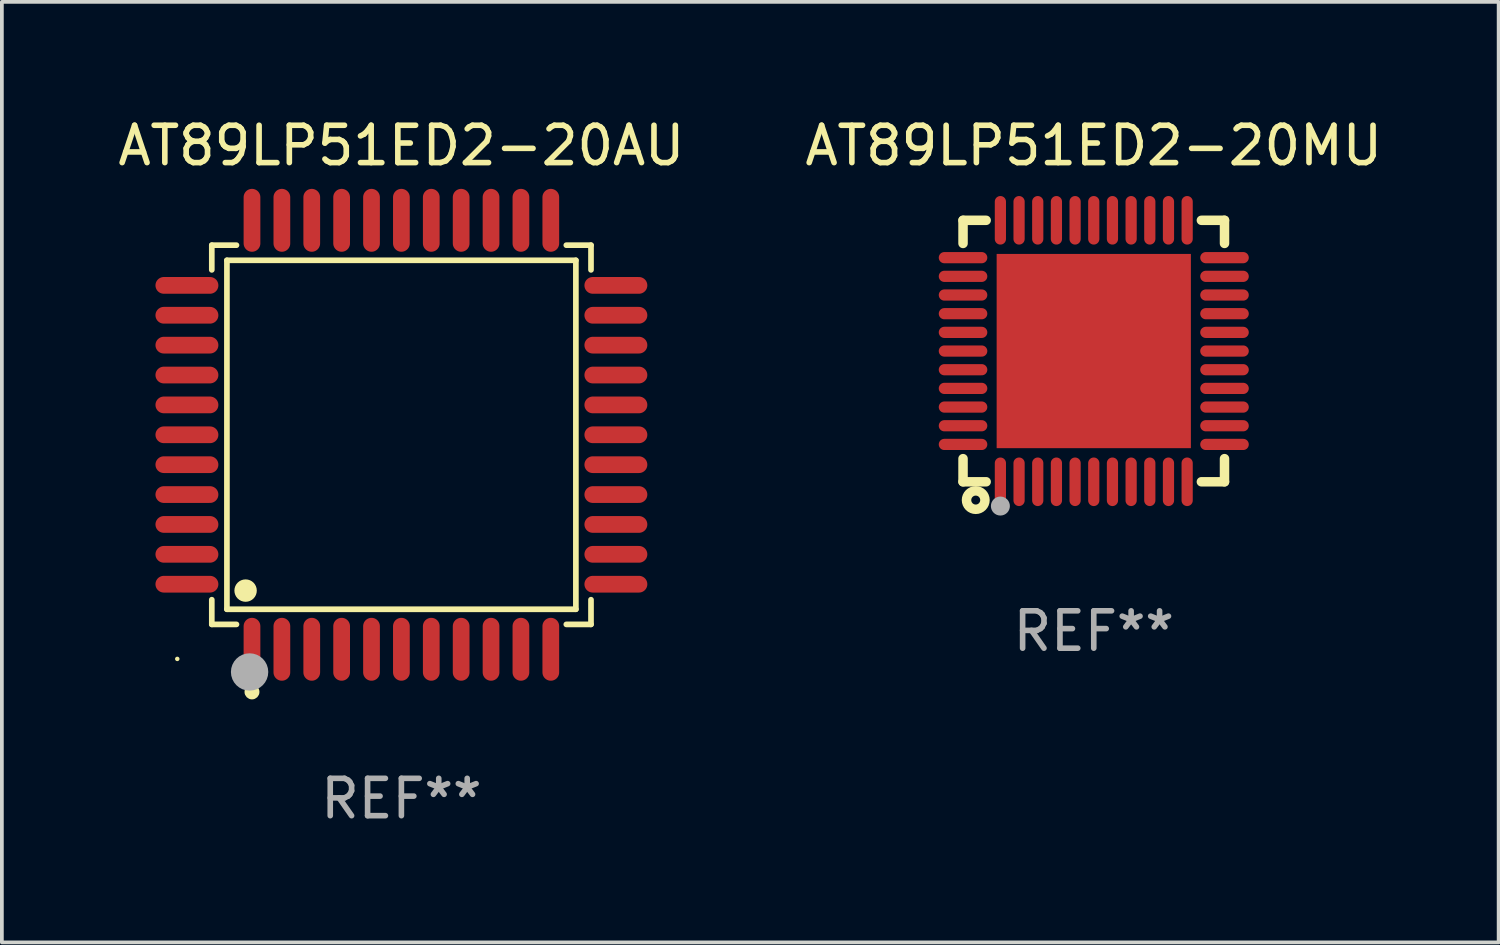
<source format=kicad_pcb>
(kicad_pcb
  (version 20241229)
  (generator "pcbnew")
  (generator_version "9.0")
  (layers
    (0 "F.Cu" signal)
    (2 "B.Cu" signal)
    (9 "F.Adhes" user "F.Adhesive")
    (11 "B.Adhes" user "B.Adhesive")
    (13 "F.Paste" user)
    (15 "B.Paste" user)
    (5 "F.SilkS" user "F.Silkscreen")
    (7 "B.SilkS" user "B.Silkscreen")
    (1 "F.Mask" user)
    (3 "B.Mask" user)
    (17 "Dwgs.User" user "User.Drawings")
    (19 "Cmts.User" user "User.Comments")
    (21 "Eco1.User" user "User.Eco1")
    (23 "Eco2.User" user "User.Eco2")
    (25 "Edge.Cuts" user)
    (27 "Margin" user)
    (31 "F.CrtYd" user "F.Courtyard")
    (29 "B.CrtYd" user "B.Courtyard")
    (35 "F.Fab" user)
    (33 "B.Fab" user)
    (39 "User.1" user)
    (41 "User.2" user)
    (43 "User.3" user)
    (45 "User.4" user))
  (footprint "AT89LP51ED2-20AU"
    (layer "F.Cu")
    (at 7.696 8.59)
    (property "Reference" "AT89LP51ED2-20AU" (at 0 -7.742 0) (layer "F.SilkS") (effects (font (size 1 1) (thickness 0.15))))
    (attr through_hole)
    (fp_line (start -5.076 -5.076) (end -4.415 -5.076) (stroke (width 0.152) (type solid)) (layer "F.SilkS"))
    (fp_line (start -5.076 -4.415) (end -5.076 -5.076) (stroke (width 0.152) (type solid)) (layer "F.SilkS"))
    (fp_line (start -5.076 4.415) (end -5.076 5.076) (stroke (width 0.152) (type solid)) (layer "F.SilkS"))
    (fp_line (start -5.076 5.076) (end -4.415 5.076) (stroke (width 0.152) (type solid)) (layer "F.SilkS"))
    (fp_line (start -4.671 -4.671) (end 4.671 -4.671) (stroke (width 0.152) (type solid)) (layer "F.SilkS"))
    (fp_line (start -4.671 4.671) (end -4.671 -4.671) (stroke (width 0.152) (type solid)) (layer "F.SilkS"))
    (fp_line (start 4.671 -4.671) (end 4.671 4.671) (stroke (width 0.152) (type solid)) (layer "F.SilkS"))
    (fp_line (start 4.671 4.671) (end -4.671 4.671) (stroke (width 0.152) (type solid)) (layer "F.SilkS"))
    (fp_line (start 5.076 -5.076) (end 4.415 -5.076) (stroke (width 0.152) (type solid)) (layer "F.SilkS"))
    (fp_line (start 5.076 -4.415) (end 5.076 -5.076) (stroke (width 0.152) (type solid)) (layer "F.SilkS"))
    (fp_line (start 5.076 4.415) (end 5.076 5.076) (stroke (width 0.152) (type solid)) (layer "F.SilkS"))
    (fp_line (start 5.076 5.076) (end 4.415 5.076) (stroke (width 0.152) (type solid)) (layer "F.SilkS"))
    (fp_circle (center -6 6) (end -5.97 6) (stroke (width 0.06) (type solid)) (fill no) (layer "F.SilkS"))
    (fp_circle (center -4.171 4.171) (end -4.021 4.171) (stroke (width 0.3) (type solid)) (fill no) (layer "F.SilkS"))
    (fp_circle (center -4 6.884) (end -3.9 6.884) (stroke (width 0.2) (type solid)) (fill no) (layer "F.SilkS"))
    (fp_circle (center -4.064 6.35) (end -3.814 6.35) (stroke (width 0.5) (type solid)) (fill no) (layer "F.Fab"))
    (fp_text user "REF**" (at 0 9.742 0) (layer "F.Fab") (effects (font (size 1 1) (thickness 0.15))))
    (pad "1" smd oval (at -4 5.742) (size 0.448 1.684) (layers "F.Cu" "F.Mask" "F.Paste"))
    (pad "2" smd oval (at -3.2 5.742) (size 0.448 1.684) (layers "F.Cu" "F.Mask" "F.Paste"))
    (pad "3" smd oval (at -2.4 5.742) (size 0.448 1.684) (layers "F.Cu" "F.Mask" "F.Paste"))
    (pad "4" smd oval (at -1.6 5.742) (size 0.448 1.684) (layers "F.Cu" "F.Mask" "F.Paste"))
    (pad "5" smd oval (at -0.8 5.742) (size 0.448 1.684) (layers "F.Cu" "F.Mask" "F.Paste"))
    (pad "6" smd oval (at 0 5.742) (size 0.448 1.684) (layers "F.Cu" "F.Mask" "F.Paste"))
    (pad "7" smd oval (at 0.8 5.742) (size 0.448 1.684) (layers "F.Cu" "F.Mask" "F.Paste"))
    (pad "8" smd oval (at 1.6 5.742) (size 0.448 1.684) (layers "F.Cu" "F.Mask" "F.Paste"))
    (pad "9" smd oval (at 2.4 5.742) (size 0.448 1.684) (layers "F.Cu" "F.Mask" "F.Paste"))
    (pad "10" smd oval (at 3.2 5.742) (size 0.448 1.684) (layers "F.Cu" "F.Mask" "F.Paste"))
    (pad "11" smd oval (at 4 5.742) (size 0.448 1.684) (layers "F.Cu" "F.Mask" "F.Paste"))
    (pad "12" smd oval (at 5.742 4) (size 1.684 0.448) (layers "F.Cu" "F.Mask" "F.Paste"))
    (pad "13" smd oval (at 5.742 3.2) (size 1.684 0.448) (layers "F.Cu" "F.Mask" "F.Paste"))
    (pad "14" smd oval (at 5.742 2.4) (size 1.684 0.448) (layers "F.Cu" "F.Mask" "F.Paste"))
    (pad "15" smd oval (at 5.742 1.6) (size 1.684 0.448) (layers "F.Cu" "F.Mask" "F.Paste"))
    (pad "16" smd oval (at 5.742 0.8) (size 1.684 0.448) (layers "F.Cu" "F.Mask" "F.Paste"))
    (pad "17" smd oval (at 5.742 0) (size 1.684 0.448) (layers "F.Cu" "F.Mask" "F.Paste"))
    (pad "18" smd oval (at 5.742 -0.8) (size 1.684 0.448) (layers "F.Cu" "F.Mask" "F.Paste"))
    (pad "19" smd oval (at 5.742 -1.6) (size 1.684 0.448) (layers "F.Cu" "F.Mask" "F.Paste"))
    (pad "20" smd oval (at 5.742 -2.4) (size 1.684 0.448) (layers "F.Cu" "F.Mask" "F.Paste"))
    (pad "21" smd oval (at 5.742 -3.2) (size 1.684 0.448) (layers "F.Cu" "F.Mask" "F.Paste"))
    (pad "22" smd oval (at 5.742 -4) (size 1.684 0.448) (layers "F.Cu" "F.Mask" "F.Paste"))
    (pad "23" smd oval (at 4 -5.742) (size 0.448 1.684) (layers "F.Cu" "F.Mask" "F.Paste"))
    (pad "24" smd oval (at 3.2 -5.742) (size 0.448 1.684) (layers "F.Cu" "F.Mask" "F.Paste"))
    (pad "25" smd oval (at 2.4 -5.742) (size 0.448 1.684) (layers "F.Cu" "F.Mask" "F.Paste"))
    (pad "26" smd oval (at 1.6 -5.742) (size 0.448 1.684) (layers "F.Cu" "F.Mask" "F.Paste"))
    (pad "27" smd oval (at 0.8 -5.742) (size 0.448 1.684) (layers "F.Cu" "F.Mask" "F.Paste"))
    (pad "28" smd oval (at 0 -5.742) (size 0.448 1.684) (layers "F.Cu" "F.Mask" "F.Paste"))
    (pad "29" smd oval (at -0.8 -5.742) (size 0.448 1.684) (layers "F.Cu" "F.Mask" "F.Paste"))
    (pad "30" smd oval (at -1.6 -5.742) (size 0.448 1.684) (layers "F.Cu" "F.Mask" "F.Paste"))
    (pad "31" smd oval (at -2.4 -5.742) (size 0.448 1.684) (layers "F.Cu" "F.Mask" "F.Paste"))
    (pad "32" smd oval (at -3.2 -5.742) (size 0.448 1.684) (layers "F.Cu" "F.Mask" "F.Paste"))
    (pad "33" smd oval (at -4 -5.742) (size 0.448 1.684) (layers "F.Cu" "F.Mask" "F.Paste"))
    (pad "34" smd oval (at -5.742 -4) (size 1.684 0.448) (layers "F.Cu" "F.Mask" "F.Paste"))
    (pad "35" smd oval (at -5.742 -3.2) (size 1.684 0.448) (layers "F.Cu" "F.Mask" "F.Paste"))
    (pad "36" smd oval (at -5.742 -2.4) (size 1.684 0.448) (layers "F.Cu" "F.Mask" "F.Paste"))
    (pad "37" smd oval (at -5.742 -1.6) (size 1.684 0.448) (layers "F.Cu" "F.Mask" "F.Paste"))
    (pad "38" smd oval (at -5.742 -0.8) (size 1.684 0.448) (layers "F.Cu" "F.Mask" "F.Paste"))
    (pad "39" smd oval (at -5.742 0) (size 1.684 0.448) (layers "F.Cu" "F.Mask" "F.Paste"))
    (pad "40" smd oval (at -5.742 0.8) (size 1.684 0.448) (layers "F.Cu" "F.Mask" "F.Paste"))
    (pad "41" smd oval (at -5.742 1.6) (size 1.684 0.448) (layers "F.Cu" "F.Mask" "F.Paste"))
    (pad "42" smd oval (at -5.742 2.4) (size 1.684 0.448) (layers "F.Cu" "F.Mask" "F.Paste"))
    (pad "43" smd oval (at -5.742 3.2) (size 1.684 0.448) (layers "F.Cu" "F.Mask" "F.Paste"))
    (pad "44" smd oval (at -5.742 4) (size 1.684 0.448) (layers "F.Cu" "F.Mask" "F.Paste")))
  (footprint "AT89LP51ED2-20MU"
    (layer "F.Cu")
    (at 26.232 6.348)
    (property "Reference" "AT89LP51ED2-20MU" (at 0 -5.5 0) (layer "F.SilkS") (effects (font (size 1 1) (thickness 0.15))))
    (attr through_hole)
    (fp_line (start -3.5 -3.5) (end -2.881 -3.5) (stroke (width 0.254) (type solid)) (layer "F.SilkS"))
    (fp_line (start -3.5 -2.881) (end -3.5 -3.5) (stroke (width 0.254) (type solid)) (layer "F.SilkS"))
    (fp_line (start -3.5 3.5) (end -3.5 2.881) (stroke (width 0.254) (type solid)) (layer "F.SilkS"))
    (fp_line (start -2.881 3.5) (end -3.5 3.5) (stroke (width 0.254) (type solid)) (layer "F.SilkS"))
    (fp_line (start 2.881 -3.5) (end 3.5 -3.5) (stroke (width 0.254) (type solid)) (layer "F.SilkS"))
    (fp_line (start 3.5 -3.5) (end 3.5 -2.881) (stroke (width 0.254) (type solid)) (layer "F.SilkS"))
    (fp_line (start 3.5 2.881) (end 3.5 3.5) (stroke (width 0.254) (type solid)) (layer "F.SilkS"))
    (fp_line (start 3.5 3.5) (end 2.881 3.5) (stroke (width 0.254) (type solid)) (layer "F.SilkS"))
    (fp_circle (center -3.5 3.5) (end -3.47 3.5) (stroke (width 0.06) (type solid)) (fill no) (layer "F.SilkS"))
    (fp_circle (center -3.16 3.99) (end -3.04 3.99) (stroke (width 0.254) (type solid)) (fill no) (layer "F.SilkS"))
    (fp_circle (center -2.5 4.15) (end -2.373 4.15) (stroke (width 0.254) (type solid)) (fill no) (layer "F.Fab"))
    (fp_text user "REF**" (at 0 7.5 0) (layer "F.Fab") (effects (font (size 1 1) (thickness 0.15))))
    (pad "1" smd oval (at -2.5 3.5 90) (size 1.3 0.3) (layers "F.Cu" "F.Mask" "F.Paste"))
    (pad "2" smd oval (at -2 3.5 90) (size 1.3 0.3) (layers "F.Cu" "F.Mask" "F.Paste"))
    (pad "3" smd oval (at -1.5 3.5 90) (size 1.3 0.3) (layers "F.Cu" "F.Mask" "F.Paste"))
    (pad "4" smd oval (at -1 3.5 90) (size 1.3 0.3) (layers "F.Cu" "F.Mask" "F.Paste"))
    (pad "5" smd oval (at -0.5 3.5 90) (size 1.3 0.3) (layers "F.Cu" "F.Mask" "F.Paste"))
    (pad "6" smd oval (at -0.000127 3.5 90) (size 1.3 0.3) (layers "F.Cu" "F.Mask" "F.Paste"))
    (pad "7" smd oval (at 0.5 3.5 90) (size 1.3 0.3) (layers "F.Cu" "F.Mask" "F.Paste"))
    (pad "8" smd oval (at 1 3.5 90) (size 1.3 0.3) (layers "F.Cu" "F.Mask" "F.Paste"))
    (pad "9" smd oval (at 1.5 3.5 90) (size 1.3 0.3) (layers "F.Cu" "F.Mask" "F.Paste"))
    (pad "10" smd oval (at 2 3.5 90) (size 1.3 0.3) (layers "F.Cu" "F.Mask" "F.Paste"))
    (pad "11" smd oval (at 2.5 3.5 90) (size 1.3 0.3) (layers "F.Cu" "F.Mask" "F.Paste"))
    (pad "12" smd oval (at 3.5 2.5 90) (size 0.3 1.3) (layers "F.Cu" "F.Mask" "F.Paste"))
    (pad "13" smd oval (at 3.5 2 90) (size 0.3 1.3) (layers "F.Cu" "F.Mask" "F.Paste"))
    (pad "14" smd oval (at 3.5 1.5 90) (size 0.3 1.3) (layers "F.Cu" "F.Mask" "F.Paste"))
    (pad "15" smd oval (at 3.5 1 90) (size 0.3 1.3) (layers "F.Cu" "F.Mask" "F.Paste"))
    (pad "16" smd oval (at 3.5 0.5 90) (size 0.3 1.3) (layers "F.Cu" "F.Mask" "F.Paste"))
    (pad "17" smd oval (at 3.5 0.000127 90) (size 0.3 1.3) (layers "F.Cu" "F.Mask" "F.Paste"))
    (pad "18" smd oval (at 3.5 -0.5 90) (size 0.3 1.3) (layers "F.Cu" "F.Mask" "F.Paste"))
    (pad "19" smd oval (at 3.5 -1 90) (size 0.3 1.3) (layers "F.Cu" "F.Mask" "F.Paste"))
    (pad "20" smd oval (at 3.5 -1.5 90) (size 0.3 1.3) (layers "F.Cu" "F.Mask" "F.Paste"))
    (pad "21" smd oval (at 3.5 -2 90) (size 0.3 1.3) (layers "F.Cu" "F.Mask" "F.Paste"))
    (pad "22" smd oval (at 3.5 -2.5 90) (size 0.3 1.3) (layers "F.Cu" "F.Mask" "F.Paste"))
    (pad "23" smd oval (at 2.5 -3.5 90) (size 1.3 0.3) (layers "F.Cu" "F.Mask" "F.Paste"))
    (pad "24" smd oval (at 2 -3.5 90) (size 1.3 0.3) (layers "F.Cu" "F.Mask" "F.Paste"))
    (pad "25" smd oval (at 1.5 -3.5 90) (size 1.3 0.3) (layers "F.Cu" "F.Mask" "F.Paste"))
    (pad "26" smd oval (at 1 -3.5 90) (size 1.3 0.3) (layers "F.Cu" "F.Mask" "F.Paste"))
    (pad "27" smd oval (at 0.5 -3.5 90) (size 1.3 0.3) (layers "F.Cu" "F.Mask" "F.Paste"))
    (pad "28" smd oval (at -0.000127 -3.5 90) (size 1.3 0.3) (layers "F.Cu" "F.Mask" "F.Paste"))
    (pad "29" smd oval (at -0.5 -3.5 90) (size 1.3 0.3) (layers "F.Cu" "F.Mask" "F.Paste"))
    (pad "30" smd oval (at -1 -3.5 90) (size 1.3 0.3) (layers "F.Cu" "F.Mask" "F.Paste"))
    (pad "31" smd oval (at -1.5 -3.5 90) (size 1.3 0.3) (layers "F.Cu" "F.Mask" "F.Paste"))
    (pad "32" smd oval (at -2 -3.5 90) (size 1.3 0.3) (layers "F.Cu" "F.Mask" "F.Paste"))
    (pad "33" smd oval (at -2.5 -3.5 90) (size 1.3 0.3) (layers "F.Cu" "F.Mask" "F.Paste"))
    (pad "34" smd oval (at -3.5 -2.5 90) (size 0.3 1.3) (layers "F.Cu" "F.Mask" "F.Paste"))
    (pad "35" smd oval (at -3.5 -2 90) (size 0.3 1.3) (layers "F.Cu" "F.Mask" "F.Paste"))
    (pad "36" smd oval (at -3.5 -1.5 90) (size 0.3 1.3) (layers "F.Cu" "F.Mask" "F.Paste"))
    (pad "37" smd oval (at -3.5 -1 90) (size 0.3 1.3) (layers "F.Cu" "F.Mask" "F.Paste"))
    (pad "38" smd oval (at -3.5 -0.5 90) (size 0.3 1.3) (layers "F.Cu" "F.Mask" "F.Paste"))
    (pad "39" smd oval (at -3.5 0.000127 90) (size 0.3 1.3) (layers "F.Cu" "F.Mask" "F.Paste"))
    (pad "40" smd oval (at -3.5 0.5 90) (size 0.3 1.3) (layers "F.Cu" "F.Mask" "F.Paste"))
    (pad "41" smd oval (at -3.5 1 90) (size 0.3 1.3) (layers "F.Cu" "F.Mask" "F.Paste"))
    (pad "42" smd oval (at -3.5 1.5 90) (size 0.3 1.3) (layers "F.Cu" "F.Mask" "F.Paste"))
    (pad "43" smd oval (at -3.5 2 90) (size 0.3 1.3) (layers "F.Cu" "F.Mask" "F.Paste"))
    (pad "44" smd oval (at -3.5 2.5 90) (size 0.3 1.3) (layers "F.Cu" "F.Mask" "F.Paste"))
    (pad "45" smd rect (at -0.000127 0.000127 90) (size 5.2 5.2) (layers "F.Cu" "F.Mask" "F.Paste")))
  (gr_rect
    (start -3 -3)
    (end 37.071 22.18)
    (stroke (width 0.1) (type default))
    (fill no)
    (layer "Edge.Cuts")))
</source>
